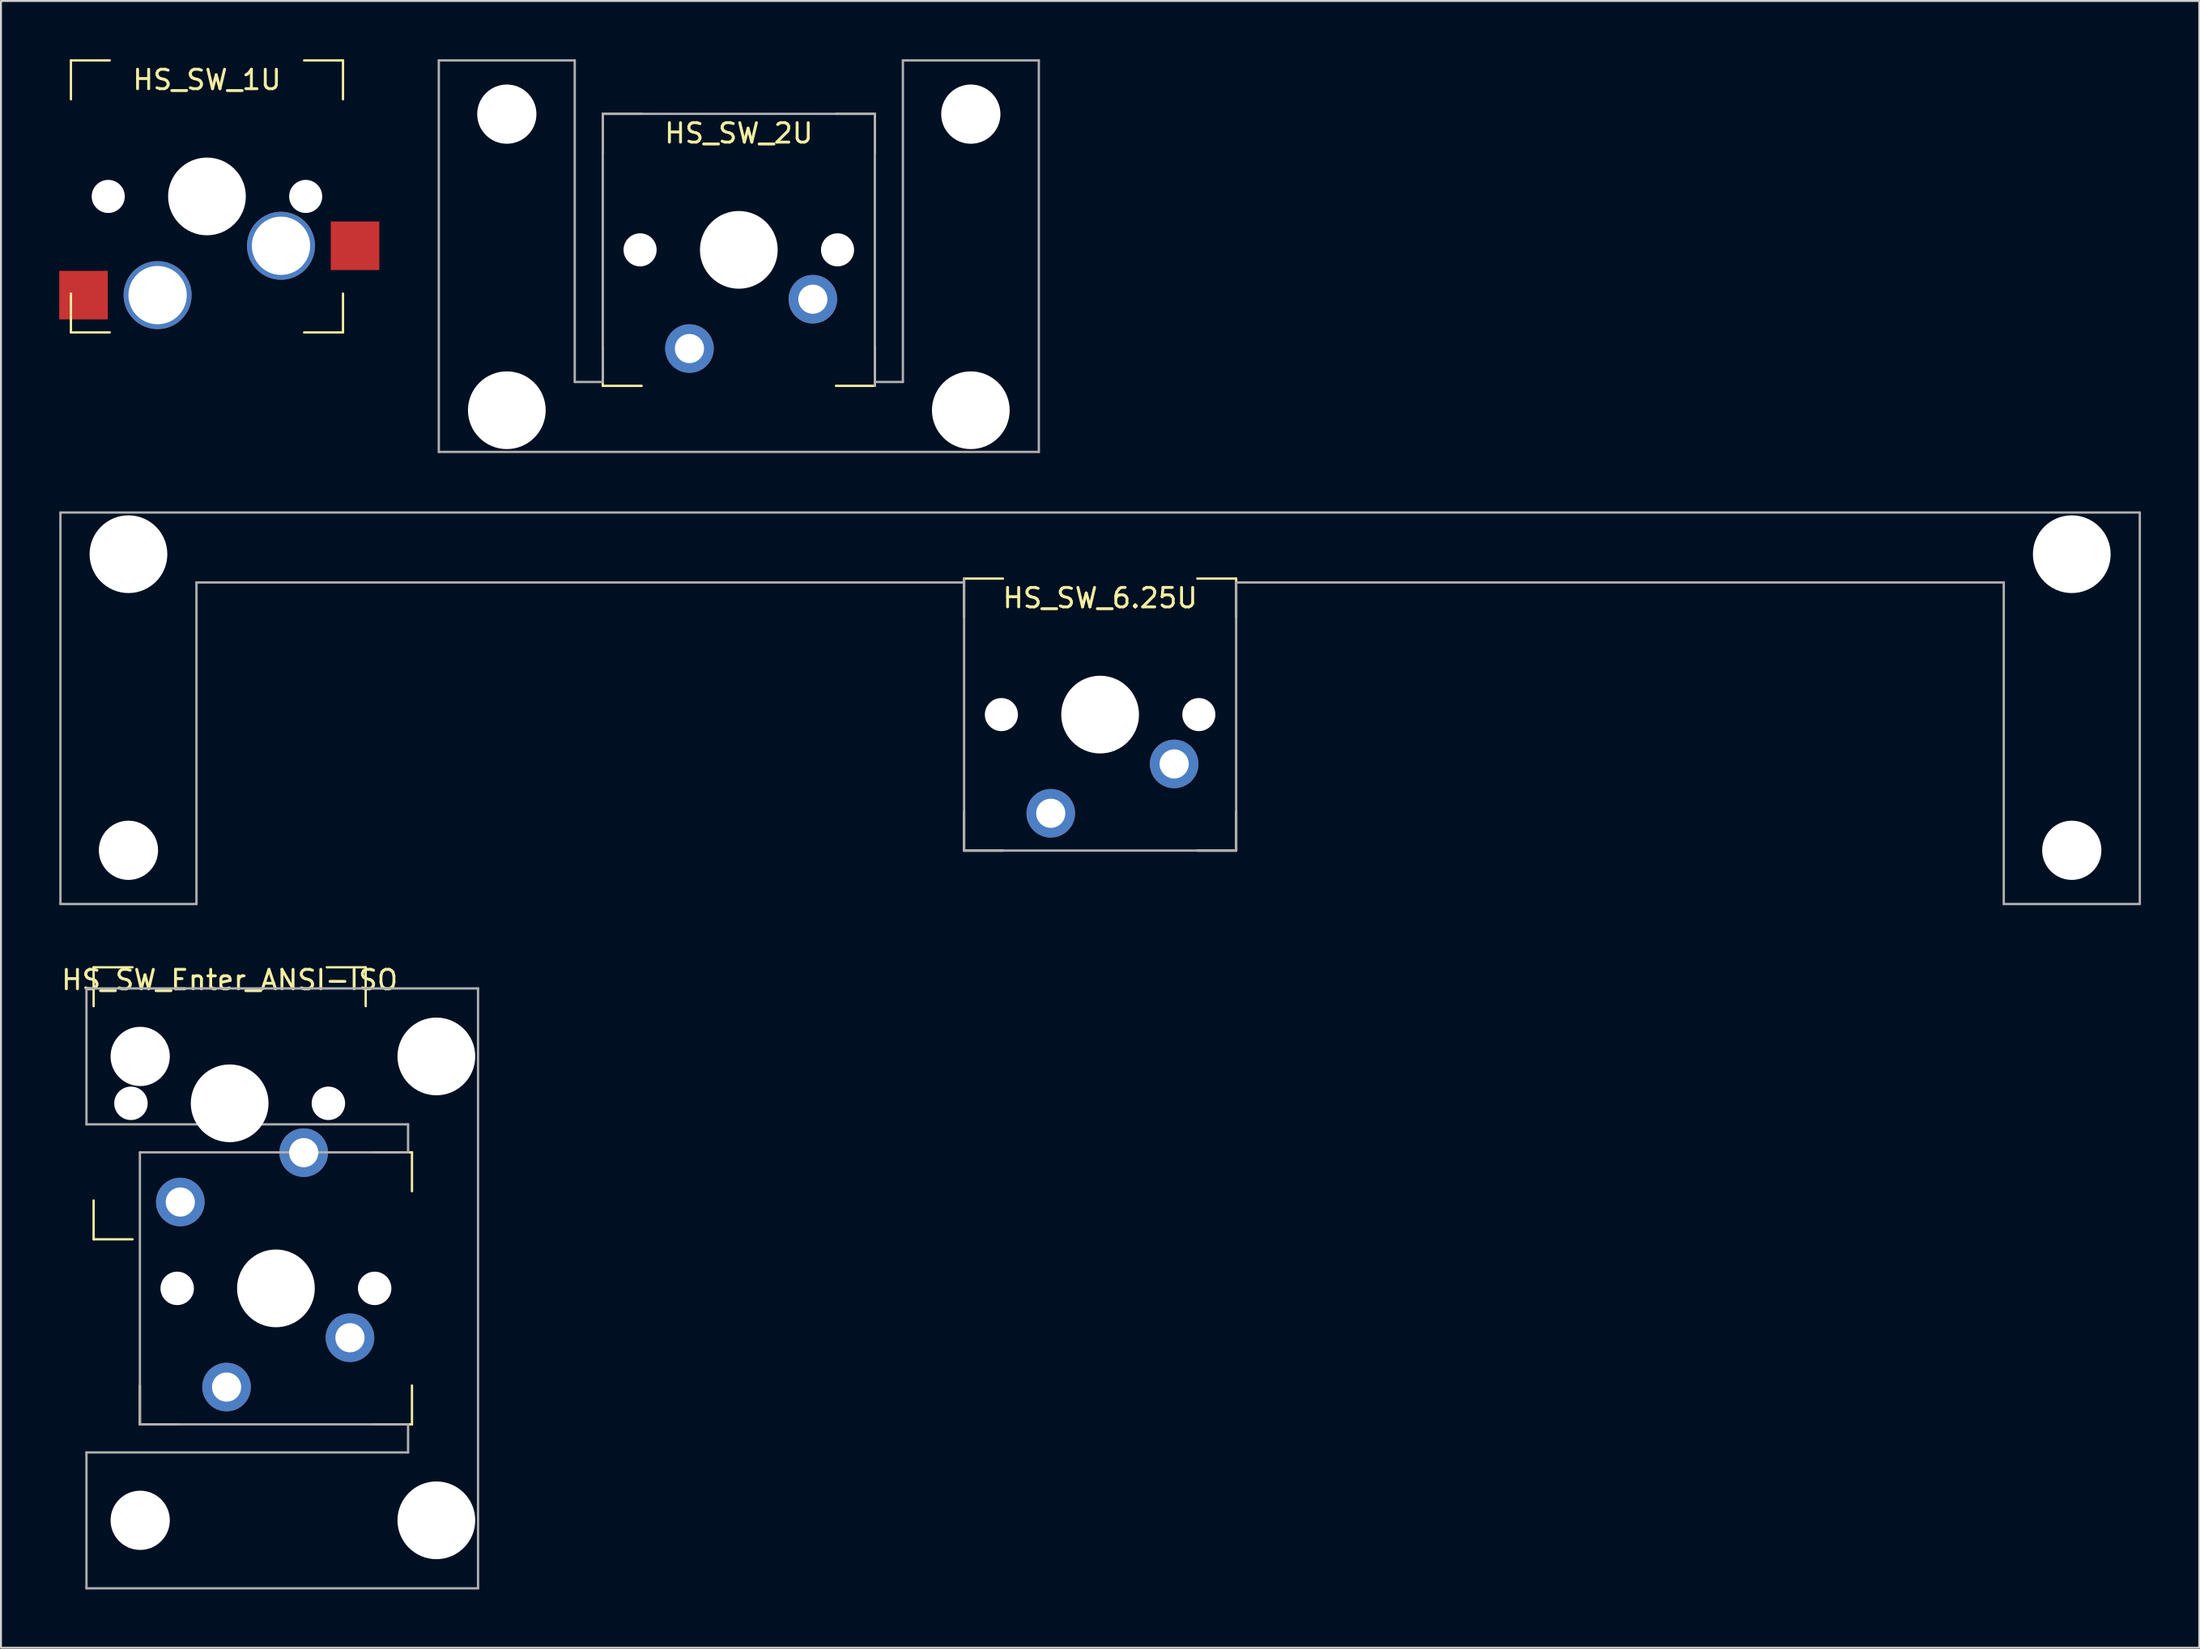
<source format=kicad_pcb>
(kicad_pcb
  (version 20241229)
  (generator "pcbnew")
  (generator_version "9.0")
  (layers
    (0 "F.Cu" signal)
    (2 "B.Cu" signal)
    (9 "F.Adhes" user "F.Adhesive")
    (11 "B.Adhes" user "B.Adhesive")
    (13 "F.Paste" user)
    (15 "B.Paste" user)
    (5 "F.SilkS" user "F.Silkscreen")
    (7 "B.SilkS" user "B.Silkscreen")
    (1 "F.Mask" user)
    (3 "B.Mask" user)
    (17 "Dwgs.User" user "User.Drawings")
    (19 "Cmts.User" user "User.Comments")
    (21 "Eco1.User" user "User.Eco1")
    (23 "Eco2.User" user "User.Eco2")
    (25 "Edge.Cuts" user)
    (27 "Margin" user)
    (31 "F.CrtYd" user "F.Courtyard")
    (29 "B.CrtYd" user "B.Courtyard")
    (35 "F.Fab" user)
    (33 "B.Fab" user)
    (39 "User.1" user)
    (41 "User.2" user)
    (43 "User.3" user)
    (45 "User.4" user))
  (footprint "HS_SW_2U"
    (layer "F.Cu")
    (at 34.968 9.81)
    (property "Reference" "HS_SW_2U" (at 0 -6 0) (layer "F.SilkS") (effects (font (size 1 1) (thickness 0.15))))
    (attr through_hole)
    (fp_line (start -7 -7) (end -5 -7) (stroke (width 0.12) (type solid)) (layer "F.SilkS"))
    (fp_line (start -7 -5) (end -7 -7) (stroke (width 0.12) (type solid)) (layer "F.SilkS"))
    (fp_line (start -7 7) (end -7 5) (stroke (width 0.12) (type solid)) (layer "F.SilkS"))
    (fp_line (start -5 7) (end -7 7) (stroke (width 0.12) (type solid)) (layer "F.SilkS"))
    (fp_line (start 5 -7) (end 7 -7) (stroke (width 0.12) (type solid)) (layer "F.SilkS"))
    (fp_line (start 7 -7) (end 7 -5) (stroke (width 0.12) (type solid)) (layer "F.SilkS"))
    (fp_line (start 7 5) (end 7 7) (stroke (width 0.12) (type solid)) (layer "F.SilkS"))
    (fp_line (start 7 7) (end 5 7) (stroke (width 0.12) (type solid)) (layer "F.SilkS"))
    (fp_line (start -15.438 -9.75) (end -15.438 10.4) (stroke (width 0.12) (type solid)) (layer "F.Fab"))
    (fp_line (start -15.438 10.4) (end 15.438 10.4) (stroke (width 0.12) (type solid)) (layer "F.Fab"))
    (fp_line (start -8.443 -9.75) (end -15.438 -9.75) (stroke (width 0.12) (type solid)) (layer "F.Fab"))
    (fp_line (start -8.443 -9.75) (end -8.443 6.8) (stroke (width 0.12) (type solid)) (layer "F.Fab"))
    (fp_line (start -7 -7) (end -7 6.8) (stroke (width 0.12) (type solid)) (layer "F.Fab"))
    (fp_line (start -7 6.8) (end -8.443 6.8) (stroke (width 0.12) (type solid)) (layer "F.Fab"))
    (fp_line (start 7 -7) (end -7 -7) (stroke (width 0.12) (type solid)) (layer "F.Fab"))
    (fp_line (start 7 -7) (end 7 7) (stroke (width 0.12) (type solid)) (layer "F.Fab"))
    (fp_line (start 8.443 -9.75) (end 8.443 6.8) (stroke (width 0.12) (type solid)) (layer "F.Fab"))
    (fp_line (start 8.443 6.8) (end 7 6.8) (stroke (width 0.12) (type solid)) (layer "F.Fab"))
    (fp_line (start 15.438 -9.75) (end 8.443 -9.75) (stroke (width 0.12) (type solid)) (layer "F.Fab"))
    (fp_line (start 15.438 10.4) (end 15.438 -9.75) (stroke (width 0.12) (type solid)) (layer "F.Fab"))
    (pad "" np_thru_hole circle (at -11.938 -6.985) (size 3.048 3.048) (drill 3.048) (layers "*.Cu" "*.Mask"))
    (pad "" np_thru_hole circle (at -11.938 8.255) (size 4 4) (drill 4) (layers "*.Cu" "*.Mask"))
    (pad "" np_thru_hole circle (at -5.08 0) (size 1.702 1.702) (drill 1.702) (layers "*.Cu" "*.Mask"))
    (pad "" np_thru_hole circle (at 0 0) (size 4 4) (drill 4) (layers "*.Cu" "*.Mask"))
    (pad "" np_thru_hole circle (at 5.08 0) (size 1.702 1.702) (drill 1.702) (layers "*.Cu" "*.Mask"))
    (pad "" np_thru_hole circle (at 11.938 -6.985) (size 3.048 3.048) (drill 3.048) (layers "*.Cu" "*.Mask"))
    (pad "" np_thru_hole circle (at 11.938 8.255) (size 4 4) (drill 4) (layers "*.Cu" "*.Mask"))
    (pad "1" thru_hole circle (at 3.81 2.54) (size 2.5 2.5) (drill 1.499) (layers "*.Cu" "*.Mask"))
    (pad "2" thru_hole circle (at -2.54 5.08) (size 2.5 2.5) (drill 1.499) (layers "*.Cu" "*.Mask")))
  (footprint "HS_SW_1U"
    (layer "F.Cu")
    (at 7.6 7.06)
    (property "Reference" "HS_SW_1U" (at 0 -6 0) (layer "F.SilkS") (effects (font (size 1 1) (thickness 0.15))))
    (attr through_hole)
    (fp_line (start -7 -7) (end -7 -5) (stroke (width 0.12) (type solid)) (layer "F.SilkS"))
    (fp_line (start -7 7) (end -7 5) (stroke (width 0.12) (type solid)) (layer "F.SilkS"))
    (fp_line (start -5 -7) (end -7 -7) (stroke (width 0.12) (type solid)) (layer "F.SilkS"))
    (fp_line (start -5 7) (end -7 7) (stroke (width 0.12) (type solid)) (layer "F.SilkS"))
    (fp_line (start 7 -7) (end 5 -7) (stroke (width 0.12) (type solid)) (layer "F.SilkS"))
    (fp_line (start 7 -7) (end 7 -5) (stroke (width 0.12) (type solid)) (layer "F.SilkS"))
    (fp_line (start 7 5) (end 7 7) (stroke (width 0.12) (type solid)) (layer "F.SilkS"))
    (fp_line (start 7 7) (end 5 7) (stroke (width 0.12) (type solid)) (layer "F.SilkS"))
    (pad "" np_thru_hole circle (at -5.08 0) (size 1.702 1.702) (drill 1.702) (layers "*.Cu" "*.Mask"))
    (pad "" np_thru_hole circle (at 0 0) (size 4 4) (drill 4) (layers "*.Cu" "*.Mask"))
    (pad "" np_thru_hole circle (at 5.08 0) (size 1.702 1.702) (drill 1.702) (layers "*.Cu" "*.Mask"))
    (pad "1" thru_hole circle (at 3.81 2.54) (size 3.5 3.5) (drill 3) (layers "*.Cu" "*.Mask"))
    (pad "2" thru_hole circle (at -2.54 5.08) (size 3.5 3.5) (drill 3) (layers "*.Cu" "*.Mask"))
    (pad "3" smd rect (at 7.62 2.54) (size 2.5 2.5) (layers "F.Cu" "F.Mask" "F.Paste"))
    (pad "4" smd rect (at -6.35 5.08) (size 2.5 2.5) (layers "F.Cu" "F.Mask" "F.Paste")))
  (footprint "HS_SW_Enter_ANSI-ISO"
    (layer "F.Cu")
    (at 8.768 53.738)
    (property "Reference" "HS_SW_Enter_ANSI-ISO" (at 0 -6.35 0) (layer "F.SilkS") (effects (font (size 1 1) (thickness 0.15))))
    (attr through_hole)
    (fp_line (start -7 -7) (end -7 -5) (stroke (width 0.12) (type solid)) (layer "F.SilkS"))
    (fp_line (start -7 5) (end -7 7) (stroke (width 0.12) (type solid)) (layer "F.SilkS"))
    (fp_line (start -7 7) (end -5 7) (stroke (width 0.12) (type solid)) (layer "F.SilkS"))
    (fp_line (start -5 -7) (end -7 -7) (stroke (width 0.12) (type solid)) (layer "F.SilkS"))
    (fp_line (start -4.619 14.525) (end -4.619 16.525) (stroke (width 0.12) (type solid)) (layer "F.SilkS"))
    (fp_line (start -4.619 16.525) (end -2.619 16.525) (stroke (width 0.12) (type solid)) (layer "F.SilkS"))
    (fp_line (start 7 -7) (end 5 -7) (stroke (width 0.12) (type solid)) (layer "F.SilkS"))
    (fp_line (start 7 -5) (end 7 -7) (stroke (width 0.12) (type solid)) (layer "F.SilkS"))
    (fp_line (start 7.381 16.525) (end 9.381 16.525) (stroke (width 0.12) (type solid)) (layer "F.SilkS"))
    (fp_line (start 9.381 2.525) (end 7.381 2.525) (stroke (width 0.12) (type solid)) (layer "F.SilkS"))
    (fp_line (start 9.381 4.525) (end 9.381 2.525) (stroke (width 0.12) (type solid)) (layer "F.SilkS"))
    (fp_line (start 9.381 16.525) (end 9.381 14.525) (stroke (width 0.12) (type solid)) (layer "F.SilkS"))
    (fp_line (start -7.369 -5.913) (end -7.369 1.082) (stroke (width 0.12) (type solid)) (layer "F.Fab"))
    (fp_line (start -7.369 -5.913) (end 12.781 -5.913) (stroke (width 0.12) (type solid)) (layer "F.Fab"))
    (fp_line (start -7.369 1.082) (end 9.181 1.082) (stroke (width 0.12) (type solid)) (layer "F.Fab"))
    (fp_line (start -7.369 17.968) (end -7.369 24.963) (stroke (width 0.12) (type solid)) (layer "F.Fab"))
    (fp_line (start -7.369 24.963) (end 12.781 24.963) (stroke (width 0.12) (type solid)) (layer "F.Fab"))
    (fp_line (start -4.619 2.525) (end -4.619 16.525) (stroke (width 0.12) (type solid)) (layer "F.Fab"))
    (fp_line (start -4.619 16.525) (end 9.181 16.525) (stroke (width 0.12) (type solid)) (layer "F.Fab"))
    (fp_line (start 9.181 1.082) (end 9.181 2.525) (stroke (width 0.12) (type solid)) (layer "F.Fab"))
    (fp_line (start 9.181 2.525) (end -4.619 2.525) (stroke (width 0.12) (type solid)) (layer "F.Fab"))
    (fp_line (start 9.181 16.525) (end 9.181 17.968) (stroke (width 0.12) (type solid)) (layer "F.Fab"))
    (fp_line (start 9.181 17.968) (end -7.369 17.968) (stroke (width 0.12) (type solid)) (layer "F.Fab"))
    (fp_line (start 12.781 24.963) (end 12.781 -5.913) (stroke (width 0.12) (type solid)) (layer "F.Fab"))
    (pad "" np_thru_hole circle (at -5.08 0) (size 1.72 1.72) (drill 1.72) (layers "*.Cu" "*.Mask"))
    (pad "" np_thru_hole circle (at -4.604 -2.413) (size 3.048 3.048) (drill 3.048) (layers "*.Cu" "*.Mask"))
    (pad "" np_thru_hole circle (at -4.604 21.463) (size 3.048 3.048) (drill 3.048) (layers "*.Cu" "*.Mask"))
    (pad "" np_thru_hole circle (at -2.699 9.525) (size 1.72 1.72) (drill 1.72) (layers "*.Cu" "*.Mask"))
    (pad "" np_thru_hole circle (at 0 0) (size 4 4) (drill 4) (layers "*.Cu" "*.Mask"))
    (pad "" np_thru_hole circle (at 2.381 9.525) (size 4 4) (drill 4) (layers "*.Cu" "*.Mask"))
    (pad "" np_thru_hole circle (at 5.08 0) (size 1.72 1.72) (drill 1.72) (layers "*.Cu" "*.Mask"))
    (pad "" np_thru_hole circle (at 7.461 9.525) (size 1.72 1.72) (drill 1.72) (layers "*.Cu" "*.Mask"))
    (pad "" np_thru_hole circle (at 10.636 -2.413) (size 4 4) (drill 4) (layers "*.Cu" "*.Mask"))
    (pad "" np_thru_hole circle (at 10.636 21.463) (size 4 4) (drill 4) (layers "*.Cu" "*.Mask"))
    (pad "1" thru_hole circle (at 3.81 2.54) (size 2.5 2.5) (drill 1.5) (layers "*.Cu" "*.Mask"))
    (pad "1" thru_hole circle (at 6.191 12.065 90) (size 2.5 2.5) (drill 1.5) (layers "*.Cu" "*.Mask"))
    (pad "2" thru_hole circle (at -2.54 5.08) (size 2.5 2.5) (drill 1.5) (layers "*.Cu" "*.Mask"))
    (pad "2" thru_hole circle (at -0.159 14.605 90) (size 2.5 2.5) (drill 1.5) (layers "*.Cu" "*.Mask")))
  (footprint "HS_SW_6.25U"
    (layer "F.Cu")
    (at 53.56 33.73)
    (property "Reference" "HS_SW_6.25U" (at 0 -6 0) (layer "F.SilkS") (effects (font (size 1 1) (thickness 0.15))))
    (attr through_hole)
    (fp_line (start -7 -7) (end -5 -7) (stroke (width 0.12) (type solid)) (layer "F.SilkS"))
    (fp_line (start -7 -5) (end -7 -7) (stroke (width 0.12) (type solid)) (layer "F.SilkS"))
    (fp_line (start -7 7) (end -7 5) (stroke (width 0.12) (type solid)) (layer "F.SilkS"))
    (fp_line (start -5 7) (end -7 7) (stroke (width 0.12) (type solid)) (layer "F.SilkS"))
    (fp_line (start 5 -7) (end 7 -7) (stroke (width 0.12) (type solid)) (layer "F.SilkS"))
    (fp_line (start 7 -7) (end 7 -5) (stroke (width 0.12) (type solid)) (layer "F.SilkS"))
    (fp_line (start 7 5) (end 7 7) (stroke (width 0.12) (type solid)) (layer "F.SilkS"))
    (fp_line (start 7 7) (end 5 7) (stroke (width 0.12) (type solid)) (layer "F.SilkS"))
    (fp_line (start -53.5 -10.4) (end -53.5 9.75) (stroke (width 0.12) (type solid)) (layer "F.Fab"))
    (fp_line (start -53.5 9.75) (end -46.5 9.75) (stroke (width 0.12) (type solid)) (layer "F.Fab"))
    (fp_line (start -46.5 -6.8) (end -7 -6.8) (stroke (width 0.12) (type solid)) (layer "F.Fab"))
    (fp_line (start -46.5 9.75) (end -46.5 -6.8) (stroke (width 0.12) (type solid)) (layer "F.Fab"))
    (fp_line (start -7 7) (end -7 -7) (stroke (width 0.12) (type solid)) (layer "F.Fab"))
    (fp_line (start -7 7) (end 7 7) (stroke (width 0.12) (type solid)) (layer "F.Fab"))
    (fp_line (start 7 -6.8) (end 46.5 -6.8) (stroke (width 0.12) (type solid)) (layer "F.Fab"))
    (fp_line (start 7 7) (end 7 -6.8) (stroke (width 0.12) (type solid)) (layer "F.Fab"))
    (fp_line (start 46.5 9.75) (end 46.5 -6.8) (stroke (width 0.12) (type solid)) (layer "F.Fab"))
    (fp_line (start 46.5 9.75) (end 53.5 9.75) (stroke (width 0.12) (type solid)) (layer "F.Fab"))
    (fp_line (start 53.5 -10.4) (end -53.5 -10.4) (stroke (width 0.12) (type solid)) (layer "F.Fab"))
    (fp_line (start 53.5 9.75) (end 53.5 -10.4) (stroke (width 0.12) (type solid)) (layer "F.Fab"))
    (pad "" np_thru_hole circle (at -50 -8.255 180) (size 4 4) (drill 4) (layers "*.Cu" "*.Mask"))
    (pad "" np_thru_hole circle (at -50 6.985 180) (size 3.048 3.048) (drill 3.048) (layers "*.Cu" "*.Mask"))
    (pad "" np_thru_hole circle (at -5.08 0) (size 1.702 1.702) (drill 1.702) (layers "*.Cu" "*.Mask"))
    (pad "" np_thru_hole circle (at 0 0) (size 4 4) (drill 4) (layers "*.Cu" "*.Mask"))
    (pad "" np_thru_hole circle (at 5.08 0) (size 1.702 1.702) (drill 1.702) (layers "*.Cu" "*.Mask"))
    (pad "" np_thru_hole circle (at 50 -8.255 180) (size 4 4) (drill 4) (layers "*.Cu" "*.Mask"))
    (pad "" np_thru_hole circle (at 50 6.985 180) (size 3.048 3.048) (drill 3.048) (layers "*.Cu" "*.Mask"))
    (pad "1" thru_hole circle (at 3.81 2.54) (size 2.5 2.5) (drill 1.499) (layers "*.Cu" "*.Mask"))
    (pad "2" thru_hole circle (at -2.54 5.08) (size 2.5 2.5) (drill 1.499) (layers "*.Cu" "*.Mask")))
  (gr_rect
    (start -3 -3)
    (end 110.12 81.761)
    (stroke (width 0.1) (type default))
    (fill no)
    (layer "Edge.Cuts")))
</source>
